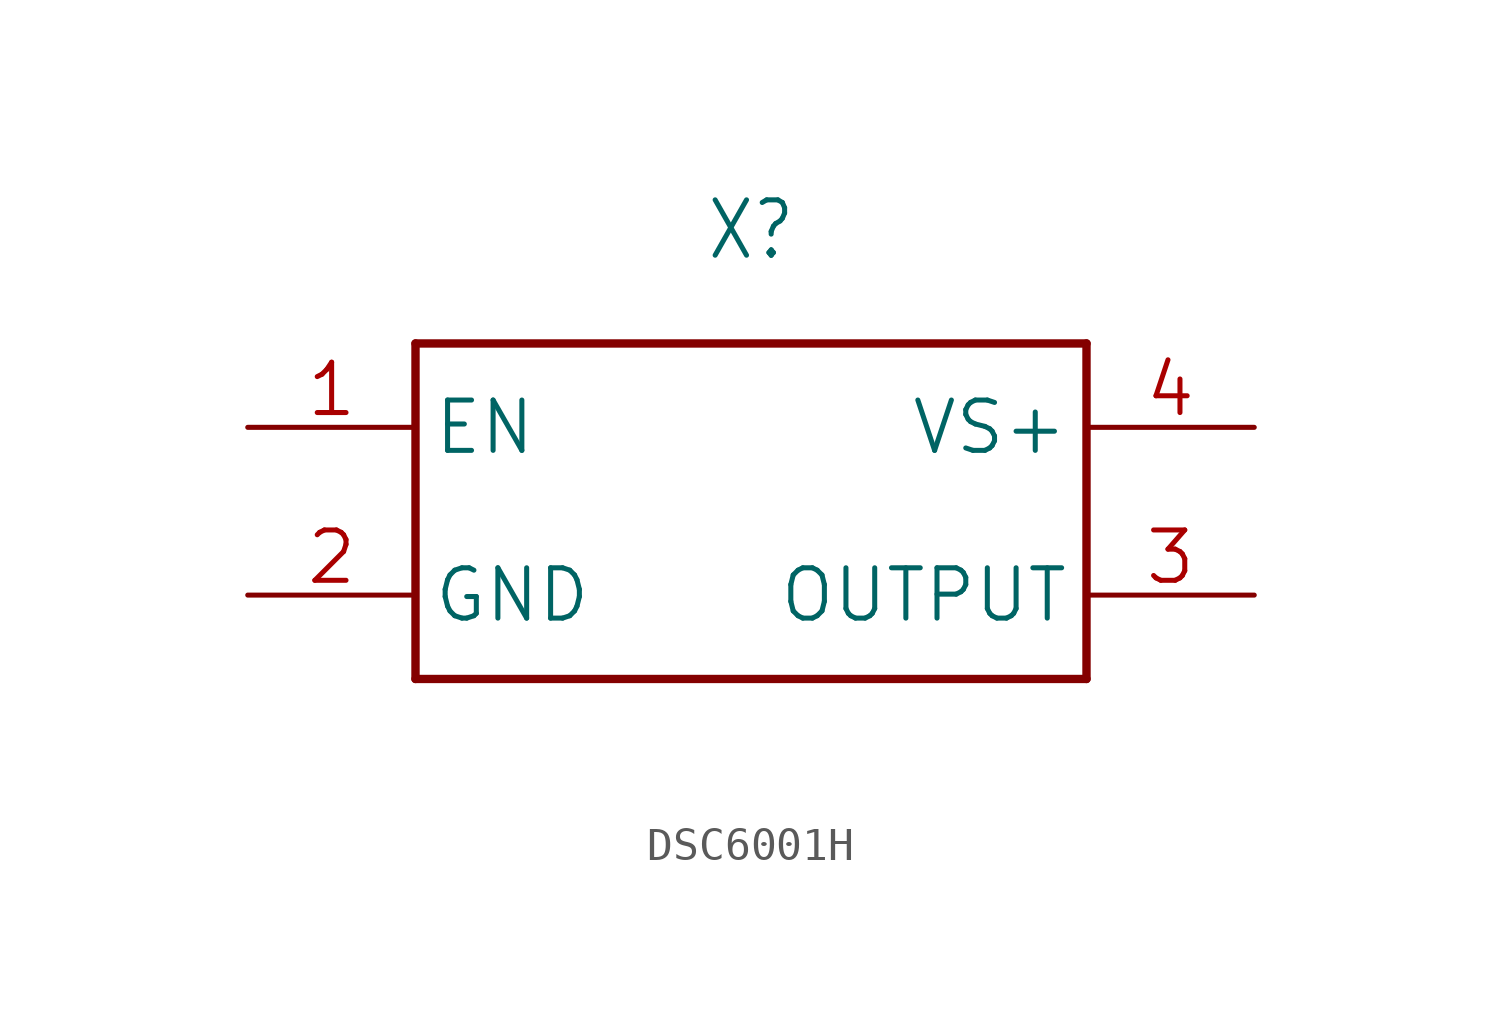
<source format=kicad_sym>
(kicad_symbol_lib
  (version 20241209)
  (generator "kicad_symbol_editor")
  (generator_version "9.0")
  (symbol "DSC6001H"
    (property "Reference" "X"
      (at 0 7.54 0)
      (effects (font (size 1.676 1.425)) (justify bottom)))
    (property "Value" ""
      (at 0 -7 0)
      (effects (font (size 1.676 1.425)) (justify top)))
    (property "ki_locked" ""
      (at 0 0 0)
      (effects (font (size 1.27 1.27))))
    (symbol "DSC6001H_1_0"
      (polyline (pts (xy -10.16 5.08) (xy 10.16 5.08)) (stroke (width 0.254) (type solid)) (fill (type none)))
      (polyline (pts (xy -10.16 -5.08) (xy -10.16 5.08)) (stroke (width 0.254) (type solid)) (fill (type none)))
      (polyline (pts (xy 10.16 5.08) (xy 10.16 -5.08)) (stroke (width 0.254) (type solid)) (fill (type none)))
      (polyline (pts (xy 10.16 -5.08) (xy -10.16 -5.08)) (stroke (width 0.254) (type solid)) (fill (type none)))
      (pin bidirectional line (at -15.24 2.54 0) (length 5.08) (name "EN" (effects (font (size 1.524 1.524)))) (number "1" (effects (font (size 1.524 1.524)))))
      (pin bidirectional line (at -15.24 -2.54 0) (length 5.08) (name "GND" (effects (font (size 1.524 1.524)))) (number "2" (effects (font (size 1.524 1.524)))))
      (pin bidirectional line (at 15.24 2.54 180) (length 5.08) (name "VS+" (effects (font (size 1.524 1.524)))) (number "4" (effects (font (size 1.524 1.524)))))
      (pin bidirectional line (at 15.24 -2.54 180) (length 5.08) (name "OUTPUT" (effects (font (size 1.524 1.524)))) (number "3" (effects (font (size 1.524 1.524))))))))
</source>
